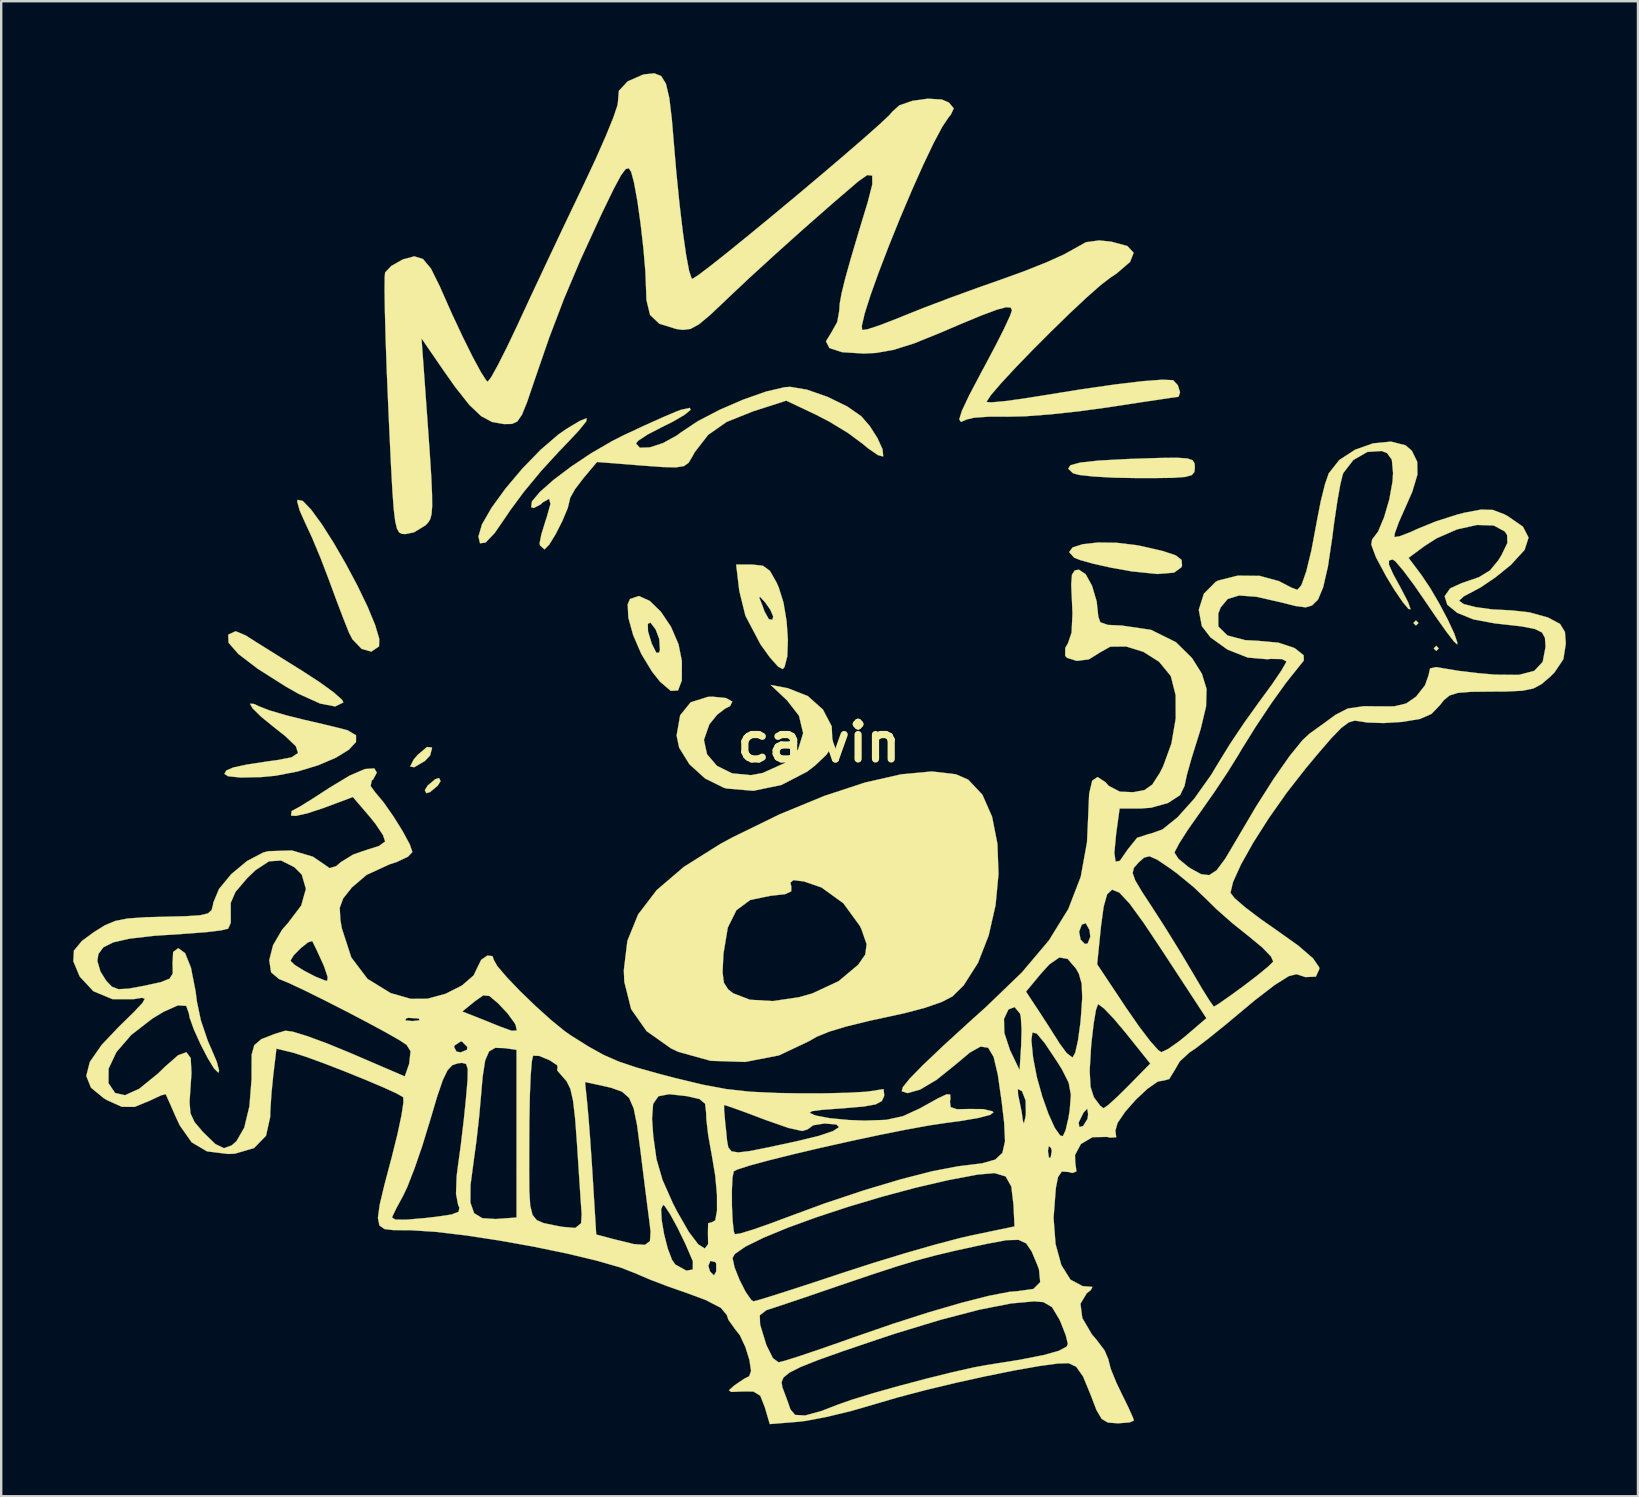
<source format=kicad_pcb>
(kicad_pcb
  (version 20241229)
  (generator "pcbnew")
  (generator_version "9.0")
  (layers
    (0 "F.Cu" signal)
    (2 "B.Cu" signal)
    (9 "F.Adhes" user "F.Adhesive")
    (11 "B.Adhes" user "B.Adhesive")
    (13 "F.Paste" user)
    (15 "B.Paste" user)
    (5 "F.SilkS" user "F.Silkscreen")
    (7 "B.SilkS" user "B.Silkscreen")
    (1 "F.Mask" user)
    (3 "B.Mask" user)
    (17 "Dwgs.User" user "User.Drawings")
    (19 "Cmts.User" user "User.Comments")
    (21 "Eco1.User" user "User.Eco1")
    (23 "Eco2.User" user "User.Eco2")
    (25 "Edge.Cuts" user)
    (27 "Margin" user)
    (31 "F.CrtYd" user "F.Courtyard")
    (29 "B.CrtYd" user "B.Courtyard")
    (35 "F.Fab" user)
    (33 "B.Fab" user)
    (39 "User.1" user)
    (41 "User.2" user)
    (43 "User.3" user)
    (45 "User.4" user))
  (footprint "calvin"
    (layer "F.Cu")
    (at 31.062 27.876)
    (property "Reference" "calvin" (at 0 0 0) (layer "F.SilkS") (effects (font (size 1.524 1.524) (thickness 0.3))))
    (attr through_hole)
    (fp_poly (pts (xy 24.977 -4.974) (xy 24.871 -4.868) (xy 24.765 -4.974) (xy 24.871 -5.08) (xy 24.977 -4.974)) (stroke (width 0.01) (type solid)) (fill yes) (layer "F.SilkS"))
    (fp_poly (pts (xy 25.823 -3.916) (xy 25.718 -3.81) (xy 25.612 -3.916) (xy 25.718 -4.022) (xy 25.823 -3.916)) (stroke (width 0.01) (type solid)) (fill yes) (layer "F.SilkS"))
    (fp_poly (pts (xy -15.759 1.609) (xy -15.875 1.799) (xy -16.194 2.066) (xy -16.35 2.117) (xy -16.415 1.989) (xy -16.298 1.799) (xy -15.98 1.532) (xy -15.823 1.482) (xy -15.759 1.609)) (stroke (width 0.01) (type solid)) (fill yes) (layer "F.SilkS"))
    (fp_poly (pts (xy -16.124 0.211) (xy -16.115 0.234) (xy -16.196 0.547) (xy -16.415 0.775) (xy -16.859 1.035) (xy -17.026 1.003) (xy -16.88 0.714) (xy -16.71 0.517) (xy -16.326 0.191) (xy -16.124 0.211)) (stroke (width 0.01) (type solid)) (fill yes) (layer "F.SilkS"))
    (fp_poly (pts (xy 12.393 -8.317) (xy 13.229 -8.217) (xy 13.46 -8.172) (xy 14.341 -7.968) (xy 14.868 -7.79) (xy 15.108 -7.603) (xy 15.128 -7.373) (xy 15.102 -7.296) (xy 14.794 -7.071) (xy 14.103 -7.015) (xy 13.028 -7.125) (xy 12.171 -7.278) (xy 11.449 -7.438) (xy 10.88 -7.597) (xy 10.633 -7.695) (xy 10.425 -7.929) (xy 10.568 -8.121) (xy 10.992 -8.257) (xy 11.623 -8.327) (xy 12.393 -8.317)) (stroke (width 0.01) (type solid)) (fill yes) (layer "F.SilkS"))
    (fp_poly (pts (xy -23.881 -4.458) (xy -23.851 -4.439) (xy -23.468 -4.195) (xy -22.828 -3.795) (xy -22.038 -3.301) (xy -21.533 -2.987) (xy -20.779 -2.496) (xy -20.199 -2.074) (xy -19.862 -1.773) (xy -19.809 -1.664) (xy -20.151 -1.498) (xy -20.779 -1.619) (xy -21.672 -2.023) (xy -22.195 -2.319) (xy -23.381 -3.071) (xy -24.181 -3.682) (xy -24.59 -4.15) (xy -24.607 -4.472) (xy -24.582 -4.501) (xy -24.293 -4.631) (xy -23.881 -4.458)) (stroke (width 0.01) (type solid)) (fill yes) (layer "F.SilkS"))
    (fp_poly (pts (xy -9.689 -13.375) (xy -10.004 -12.986) (xy -10.625 -12.326) (xy -10.828 -12.118) (xy -11.566 -11.313) (xy -12.289 -10.439) (xy -12.869 -9.655) (xy -12.989 -9.472) (xy -13.507 -8.72) (xy -13.886 -8.324) (xy -14.116 -8.294) (xy -14.182 -8.577) (xy -14.033 -9.083) (xy -13.631 -9.781) (xy -13.044 -10.587) (xy -12.342 -11.418) (xy -11.592 -12.189) (xy -10.863 -12.817) (xy -10.535 -13.047) (xy -9.959 -13.392) (xy -9.676 -13.506) (xy -9.689 -13.375)) (stroke (width 0.01) (type solid)) (fill yes) (layer "F.SilkS"))
    (fp_poly (pts (xy 15.348 -11.829) (xy 15.571 -11.753) (xy 15.652 -11.62) (xy 15.663 -11.456) (xy 15.642 -11.262) (xy 15.53 -11.133) (xy 15.255 -11.058) (xy 14.743 -11.021) (xy 13.923 -11.01) (xy 13.282 -11.01) (xy 12.296 -11.028) (xy 11.449 -11.075) (xy 10.841 -11.142) (xy 10.589 -11.21) (xy 10.387 -11.4) (xy 10.477 -11.546) (xy 10.89 -11.657) (xy 11.656 -11.741) (xy 12.808 -11.803) (xy 13.13 -11.815) (xy 14.198 -11.85) (xy 14.914 -11.858) (xy 15.348 -11.829)) (stroke (width 0.01) (type solid)) (fill yes) (layer "F.SilkS"))
    (fp_poly (pts (xy -21.5 -10.059) (xy -21.152 -9.698) (xy -20.71 -9.093) (xy -20.215 -8.315) (xy -19.705 -7.434) (xy -19.22 -6.523) (xy -18.8 -5.652) (xy -18.485 -4.893) (xy -18.314 -4.317) (xy -18.323 -3.999) (xy -18.646 -3.782) (xy -19.05 -3.897) (xy -19.432 -4.297) (xy -19.572 -4.567) (xy -19.808 -5.159) (xy -20.116 -5.97) (xy -20.417 -6.788) (xy -20.753 -7.667) (xy -21.11 -8.522) (xy -21.388 -9.121) (xy -21.628 -9.659) (xy -21.73 -10.028) (xy -21.716 -10.105) (xy -21.5 -10.059)) (stroke (width 0.01) (type solid)) (fill yes) (layer "F.SilkS"))
    (fp_poly (pts (xy -7.048 -5.896) (xy -6.582 -5.444) (xy -6.161 -4.817) (xy -5.847 -4.089) (xy -5.707 -3.387) (xy -5.711 -2.578) (xy -5.868 -2.164) (xy -6.171 -2.147) (xy -6.617 -2.528) (xy -6.953 -2.953) (xy -7.399 -3.688) (xy -7.738 -4.473) (xy -7.867 -4.941) (xy -7.126 -4.941) (xy -7.118 -4.627) (xy -6.966 -4.125) (xy -6.959 -4.107) (xy -6.771 -3.734) (xy -6.656 -3.743) (xy -6.621 -3.852) (xy -6.65 -4.307) (xy -6.795 -4.698) (xy -7.012 -4.989) (xy -7.126 -4.941) (xy -7.867 -4.941) (xy -7.938 -5.199) (xy -7.964 -5.753) (xy -7.868 -5.975) (xy -7.498 -6.098) (xy -7.048 -5.896)) (stroke (width 0.01) (type solid)) (fill yes) (layer "F.SilkS"))
    (fp_poly (pts (xy -2.334 -7.36) (xy -2.04 -7.147) (xy -1.766 -6.665) (xy -1.676 -6.465) (xy -1.475 -5.827) (xy -1.345 -5.051) (xy -1.29 -4.261) (xy -1.317 -3.582) (xy -1.432 -3.138) (xy -1.507 -3.053) (xy -1.702 -3.16) (xy -2.043 -3.543) (xy -2.432 -4.083) (xy -3.06 -5.275) (xy -3.247 -6.032) (xy -2.483 -6.032) (xy -2.338 -5.659) (xy -2.262 -5.45) (xy -2.086 -5.136) (xy -1.938 -5.105) (xy -1.905 -5.251) (xy -2.026 -5.531) (xy -2.238 -5.833) (xy -2.453 -6.066) (xy -2.483 -6.032) (xy -3.247 -6.032) (xy -3.316 -6.313) (xy -3.446 -7.408) (xy -2.769 -7.408) (xy -2.334 -7.36)) (stroke (width 0.01) (type solid)) (fill yes) (layer "F.SilkS"))
    (fp_poly (pts (xy -23.53 -1.602) (xy -23.322 -1.503) (xy -22.899 -1.338) (xy -22.212 -1.134) (xy -21.446 -0.943) (xy -20.664 -0.762) (xy -20.01 -0.604) (xy -19.632 -0.505) (xy -19.28 -0.296) (xy -19.282 -0.015) (xy -19.582 0.306) (xy -20.123 0.638) (xy -20.85 0.949) (xy -21.705 1.209) (xy -22.633 1.388) (xy -23.23 1.445) (xy -24.091 1.463) (xy -24.616 1.409) (xy -24.765 1.31) (xy -24.683 1.168) (xy -24.393 1.044) (xy -23.831 0.923) (xy -22.931 0.786) (xy -22.583 0.74) (xy -21.964 0.621) (xy -21.697 0.443) (xy -21.786 0.162) (xy -22.233 -0.266) (xy -22.665 -0.606) (xy -23.234 -1.069) (xy -23.589 -1.419) (xy -23.698 -1.611) (xy -23.53 -1.602)) (stroke (width 0.01) (type solid)) (fill yes) (layer "F.SilkS"))
    (fp_poly (pts (xy -1.28 -2.253) (xy -0.46 -1.929) (xy 0.169 -1.368) (xy 0.535 -0.669) (xy 0.567 0.073) (xy 0.534 0.196) (xy 0.301 0.528) (xy -0.162 0.965) (xy -0.487 1.217) (xy -1.559 1.772) (xy -2.729 2.016) (xy -3.851 1.92) (xy -3.955 1.891) (xy -4.739 1.504) (xy -5.395 0.909) (xy -5.821 0.219) (xy -5.927 -0.287) (xy -5.779 -1.131) (xy -5.341 -1.671) (xy -4.62 -1.898) (xy -4.433 -1.905) (xy -3.866 -1.847) (xy -3.606 -1.702) (xy -3.698 -1.512) (xy -3.904 -1.41) (xy -4.234 -1.157) (xy -4.564 -0.751) (xy -4.789 -0.105) (xy -4.66 0.492) (xy -4.245 0.978) (xy -3.614 1.289) (xy -2.834 1.364) (xy -2.345 1.275) (xy -1.434 0.865) (xy -0.864 0.293) (xy -0.656 -0.385) (xy -0.829 -1.109) (xy -1.323 -1.748) (xy -2.011 -2.396) (xy -1.28 -2.253)) (stroke (width 0.01) (type solid)) (fill yes) (layer "F.SilkS"))
    (fp_poly (pts (xy 5.708 1.328) (xy 6.22 1.552) (xy 6.811 2.177) (xy 7.215 3.095) (xy 7.437 4.223) (xy 7.483 5.479) (xy 7.36 6.78) (xy 7.073 8.042) (xy 6.628 9.183) (xy 6.032 10.119) (xy 5.563 10.582) (xy 5.123 10.81) (xy 4.408 11.059) (xy 3.563 11.281) (xy 3.437 11.308) (xy 2.114 11.595) (xy 1.134 11.835) (xy 0.425 12.05) (xy -0.088 12.26) (xy -0.423 12.452) (xy -1.665 13.038) (xy -3.069 13.311) (xy -4.509 13.264) (xy -5.855 12.891) (xy -6.167 12.743) (xy -7.178 12.027) (xy -7.819 11.114) (xy -8.105 9.975) (xy -8.122 9.578) (xy -4.012 9.578) (xy -3.958 10.009) (xy -3.783 10.283) (xy -3.575 10.449) (xy -2.874 10.719) (xy -1.922 10.775) (xy -0.834 10.616) (xy -0.272 10.456) (xy 0.821 9.946) (xy 1.635 9.264) (xy 1.93 8.84) (xy 1.989 8.407) (xy 1.769 7.771) (xy 1.704 7.641) (xy 1.02 6.702) (xy 0.11 6.044) (xy -0.621 5.792) (xy -1.063 5.737) (xy -1.188 5.844) (xy -1.15 5.993) (xy -1.151 6.203) (xy -1.411 6.323) (xy -2.013 6.39) (xy -2.025 6.391) (xy -2.859 6.564) (xy -3.436 6.99) (xy -3.795 7.715) (xy -3.973 8.79) (xy -3.978 8.859) (xy -4.012 9.578) (xy -8.122 9.578) (xy -8.125 9.484) (xy -7.977 8.266) (xy -7.53 7.166) (xy -6.755 6.151) (xy -5.624 5.184) (xy -4.108 4.231) (xy -3.598 3.955) (xy -1.631 2.994) (xy 0.222 2.23) (xy 1.923 1.671) (xy 3.431 1.328) (xy 4.706 1.21) (xy 5.708 1.328)) (stroke (width 0.01) (type solid)) (fill yes) (layer "F.SilkS"))
    (fp_poly (pts (xy -0.493 -14.693) (xy 0.362 -14.394) (xy 1.186 -13.991) (xy 1.764 -13.588) (xy 2.12 -13.179) (xy 2.441 -12.674) (xy 2.652 -12.21) (xy 2.679 -11.925) (xy 2.669 -11.911) (xy 2.458 -11.969) (xy 2.056 -12.245) (xy 1.828 -12.434) (xy 1.226 -12.881) (xy 0.437 -13.361) (xy -0.128 -13.654) (xy -1.359 -14.236) (xy -2.76 -13.785) (xy -3.843 -13.35) (xy -4.61 -12.814) (xy -5.167 -12.098) (xy -5.284 -11.885) (xy -5.427 -11.649) (xy -5.619 -11.511) (xy -5.952 -11.457) (xy -6.523 -11.471) (xy -7.392 -11.535) (xy -9.243 -11.681) (xy -9.807 -11.01) (xy -10.162 -10.543) (xy -10.358 -10.194) (xy -10.372 -10.132) (xy -10.46 -9.767) (xy -10.68 -9.239) (xy -10.961 -8.684) (xy -11.233 -8.24) (xy -11.427 -8.044) (xy -11.435 -8.043) (xy -11.621 -8.21) (xy -11.632 -8.308) (xy -11.559 -8.668) (xy -11.389 -9.225) (xy -11.34 -9.366) (xy -11.181 -9.936) (xy -11.236 -10.149) (xy -11.502 -9.999) (xy -11.596 -9.91) (xy -11.88 -9.763) (xy -11.986 -9.799) (xy -11.955 -10.036) (xy -11.623 -10.432) (xy -11.056 -10.933) (xy -10.323 -11.487) (xy -9.489 -12.043) (xy -8.621 -12.548) (xy -8.149 -12.788) (xy -7.278 -13.195) (xy -6.501 -13.544) (xy -5.931 -13.786) (xy -5.741 -13.856) (xy -5.377 -13.935) (xy -5.343 -13.852) (xy -5.597 -13.645) (xy -6.096 -13.354) (xy -6.548 -13.13) (xy -7.134 -12.826) (xy -7.524 -12.57) (xy -7.62 -12.452) (xy -7.458 -12.275) (xy -7.046 -12.289) (xy -6.497 -12.467) (xy -5.924 -12.782) (xy -5.734 -12.922) (xy -5.038 -13.384) (xy -4.132 -13.856) (xy -3.142 -14.284) (xy -2.2 -14.615) (xy -1.432 -14.795) (xy -1.195 -14.812) (xy -0.493 -14.693)) (stroke (width 0.01) (type solid)) (fill yes) (layer "F.SilkS"))
    (fp_poly (pts (xy -6.571 -27.76) (xy -6.372 -27.44) (xy -6.232 -26.851) (xy -6.123 -25.935) (xy -6.061 -25.188) (xy -5.939 -23.75) (xy -5.805 -22.418) (xy -5.666 -21.251) (xy -5.531 -20.308) (xy -5.407 -19.647) (xy -5.302 -19.328) (xy -5.269 -19.308) (xy -5.009 -19.476) (xy -4.488 -19.872) (xy -3.762 -20.448) (xy -2.884 -21.161) (xy -1.908 -21.964) (xy -0.89 -22.811) (xy 0.116 -23.658) (xy 1.056 -24.459) (xy 1.875 -25.167) (xy 2.519 -25.738) (xy 2.933 -26.126) (xy 3.063 -26.277) (xy 3.351 -26.537) (xy 3.898 -26.726) (xy 4.541 -26.815) (xy 5.12 -26.78) (xy 5.416 -26.655) (xy 5.617 -26.41) (xy 5.494 -26.145) (xy 5.412 -26.051) (xy 5.141 -25.647) (xy 4.774 -24.957) (xy 4.341 -24.048) (xy 3.869 -22.99) (xy 3.386 -21.851) (xy 2.921 -20.7) (xy 2.5 -19.605) (xy 2.152 -18.636) (xy 1.906 -17.862) (xy 1.788 -17.349) (xy 1.802 -17.178) (xy 2.027 -17.21) (xy 2.541 -17.379) (xy 3.248 -17.652) (xy 3.494 -17.753) (xy 4.373 -18.105) (xy 5.493 -18.529) (xy 6.69 -18.964) (xy 7.528 -19.258) (xy 8.545 -19.625) (xy 9.471 -19.994) (xy 10.199 -20.321) (xy 10.603 -20.545) (xy 11.124 -20.836) (xy 11.672 -20.911) (xy 12.182 -20.859) (xy 12.853 -20.677) (xy 13.113 -20.396) (xy 12.962 -20.014) (xy 12.4 -19.531) (xy 12.143 -19.361) (xy 11.744 -19.055) (xy 11.159 -18.539) (xy 10.449 -17.874) (xy 9.675 -17.121) (xy 8.898 -16.342) (xy 8.18 -15.599) (xy 7.581 -14.952) (xy 7.163 -14.464) (xy 6.987 -14.195) (xy 6.985 -14.182) (xy 7.179 -14.164) (xy 7.705 -14.212) (xy 8.479 -14.316) (xy 9.248 -14.438) (xy 10.917 -14.707) (xy 12.341 -14.911) (xy 13.479 -15.047) (xy 14.29 -15.108) (xy 14.733 -15.091) (xy 14.764 -15.082) (xy 14.952 -14.881) (xy 15.045 -14.583) (xy 14.983 -14.398) (xy 14.953 -14.393) (xy 14.728 -14.363) (xy 14.164 -14.28) (xy 13.338 -14.156) (xy 12.331 -14.002) (xy 12.043 -13.958) (xy 10.845 -13.794) (xy 9.655 -13.666) (xy 8.608 -13.586) (xy 7.837 -13.567) (xy 7.812 -13.568) (xy 7.055 -13.568) (xy 6.454 -13.524) (xy 6.157 -13.452) (xy 5.918 -13.349) (xy 5.847 -13.456) (xy 5.956 -13.811) (xy 6.256 -14.448) (xy 6.76 -15.406) (xy 6.878 -15.623) (xy 7.34 -16.493) (xy 7.716 -17.236) (xy 7.963 -17.769) (xy 8.043 -18) (xy 7.991 -18.114) (xy 7.799 -18.129) (xy 7.414 -18.026) (xy 6.784 -17.791) (xy 5.856 -17.406) (xy 5.08 -17.073) (xy 3.978 -16.626) (xy 3.119 -16.354) (xy 2.378 -16.224) (xy 1.863 -16.199) (xy 0.966 -16.255) (xy 0.438 -16.428) (xy 0.294 -16.709) (xy 0.5 -17.041) (xy 0.764 -17.511) (xy 0.847 -17.971) (xy 0.868 -18.278) (xy 0.944 -18.699) (xy 1.089 -19.293) (xy 1.319 -20.119) (xy 1.65 -21.237) (xy 2.037 -22.513) (xy 2.225 -23.242) (xy 2.222 -23.609) (xy 2.017 -23.635) (xy 1.642 -23.372) (xy 0.571 -22.453) (xy -0.613 -21.414) (xy -1.802 -20.348) (xy -2.891 -19.353) (xy -3.772 -18.524) (xy -3.845 -18.453) (xy -4.526 -17.808) (xy -4.998 -17.415) (xy -5.348 -17.224) (xy -5.664 -17.183) (xy -5.942 -17.222) (xy -6.647 -17.441) (xy -7.034 -17.809) (xy -7.184 -18.433) (xy -7.197 -18.817) (xy -7.227 -19.601) (xy -7.309 -20.569) (xy -7.426 -21.596) (xy -7.562 -22.558) (xy -7.703 -23.331) (xy -7.818 -23.759) (xy -7.916 -23.917) (xy -8.047 -23.886) (xy -8.244 -23.62) (xy -8.54 -23.072) (xy -8.966 -22.196) (xy -9.103 -21.907) (xy -9.929 -20.107) (xy -10.615 -18.486) (xy -11.235 -16.858) (xy -11.863 -15.038) (xy -11.866 -15.028) (xy -12.156 -14.174) (xy -12.37 -13.647) (xy -12.561 -13.37) (xy -12.785 -13.266) (xy -13.096 -13.261) (xy -13.125 -13.262) (xy -13.616 -13.348) (xy -14.071 -13.593) (xy -14.558 -14.055) (xy -15.14 -14.791) (xy -15.607 -15.452) (xy -16.553 -16.828) (xy -16.422 -15.028) (xy -16.301 -13.346) (xy -16.209 -12.036) (xy -16.146 -11.048) (xy -16.114 -10.33) (xy -16.11 -9.834) (xy -16.135 -9.508) (xy -16.189 -9.302) (xy -16.271 -9.166) (xy -16.381 -9.049) (xy -16.39 -9.04) (xy -16.871 -8.75) (xy -17.225 -8.678) (xy -17.371 -8.687) (xy -17.486 -8.747) (xy -17.577 -8.907) (xy -17.649 -9.214) (xy -17.71 -9.718) (xy -17.766 -10.468) (xy -17.823 -11.513) (xy -17.889 -12.9) (xy -17.938 -13.987) (xy -18 -15.454) (xy -18.047 -16.788) (xy -18.078 -17.928) (xy -18.092 -18.815) (xy -18.087 -19.387) (xy -18.069 -19.576) (xy -17.812 -19.847) (xy -17.338 -20.116) (xy -17.313 -20.126) (xy -16.854 -20.248) (xy -16.492 -20.137) (xy -16.16 -19.737) (xy -15.791 -18.995) (xy -15.723 -18.838) (xy -15.273 -17.824) (xy -14.823 -16.866) (xy -14.412 -16.039) (xy -14.075 -15.417) (xy -13.852 -15.073) (xy -13.795 -15.028) (xy -13.653 -15.21) (xy -13.377 -15.705) (xy -13.004 -16.444) (xy -12.571 -17.352) (xy -12.496 -17.515) (xy -11.981 -18.626) (xy -11.349 -19.971) (xy -10.671 -21.406) (xy -10.014 -22.783) (xy -9.805 -23.218) (xy -9.299 -24.3) (xy -8.875 -25.261) (xy -8.562 -26.032) (xy -8.389 -26.544) (xy -8.367 -26.716) (xy -8.332 -27.144) (xy -7.963 -27.537) (xy -7.35 -27.808) (xy -7.251 -27.831) (xy -6.855 -27.871) (xy -6.571 -27.76)) (stroke (width 0.01) (type solid)) (fill yes) (layer "F.SilkS"))
    (fp_poly (pts (xy 24.439 -12.376) (xy 24.699 -12.152) (xy 24.924 -11.693) (xy 24.933 -11.153) (xy 24.715 -10.432) (xy 24.432 -9.79) (xy 24.157 -9.169) (xy 23.993 -8.718) (xy 23.972 -8.554) (xy 24.194 -8.587) (xy 24.661 -8.768) (xy 24.935 -8.894) (xy 25.7 -9.206) (xy 26.581 -9.488) (xy 26.892 -9.568) (xy 27.587 -9.699) (xy 28.072 -9.684) (xy 28.538 -9.508) (xy 28.692 -9.428) (xy 29.329 -8.986) (xy 29.563 -8.532) (xy 29.398 -8.02) (xy 28.835 -7.404) (xy 28.801 -7.374) (xy 28.178 -6.871) (xy 27.568 -6.458) (xy 27.291 -6.31) (xy 26.863 -6.083) (xy 26.671 -5.908) (xy 26.67 -5.901) (xy 26.862 -5.763) (xy 27.358 -5.636) (xy 28.039 -5.542) (xy 28.787 -5.503) (xy 28.82 -5.503) (xy 29.594 -5.418) (xy 30.343 -5.212) (xy 30.381 -5.197) (xy 30.874 -4.936) (xy 31.078 -4.602) (xy 31.115 -4.117) (xy 31.013 -3.467) (xy 30.644 -2.915) (xy 30.458 -2.731) (xy 30.102 -2.427) (xy 29.758 -2.244) (xy 29.304 -2.152) (xy 28.62 -2.12) (xy 28.041 -2.117) (xy 27.169 -2.108) (xy 26.614 -2.063) (xy 26.269 -1.954) (xy 26.028 -1.753) (xy 25.868 -1.549) (xy 25.519 -1.187) (xy 25.04 -0.977) (xy 24.29 -0.853) (xy 23.524 -0.806) (xy 22.847 -0.828) (xy 22.572 -0.872) (xy 22.322 -0.907) (xy 22.072 -0.835) (xy 21.765 -0.606) (xy 21.345 -0.174) (xy 20.754 0.512) (xy 20.277 1.085) (xy 19.492 2.091) (xy 18.751 3.143) (xy 18.1 4.164) (xy 17.585 5.081) (xy 17.252 5.815) (xy 17.145 6.264) (xy 17.311 6.483) (xy 17.759 6.871) (xy 18.415 7.367) (xy 18.997 7.773) (xy 19.973 8.468) (xy 20.582 8.994) (xy 20.838 9.362) (xy 20.849 9.432) (xy 20.705 9.756) (xy 20.269 9.777) (xy 19.897 9.656) (xy 19.578 9.735) (xy 18.991 10.102) (xy 18.161 10.741) (xy 17.714 11.114) (xy 16.931 11.768) (xy 16.23 12.333) (xy 15.695 12.744) (xy 15.428 12.924) (xy 15.029 13.293) (xy 14.807 13.678) (xy 14.594 14.023) (xy 14.397 14.078) (xy 14.118 14.128) (xy 13.689 14.428) (xy 13.205 14.88) (xy 12.758 15.387) (xy 12.441 15.853) (xy 12.35 16.179) (xy 12.355 16.197) (xy 12.386 16.448) (xy 12.13 16.463) (xy 12 16.433) (xy 11.399 16.445) (xy 10.916 16.729) (xy 10.669 17.189) (xy 10.68 17.503) (xy 10.73 17.871) (xy 10.559 17.937) (xy 10.4 17.895) (xy 10.12 17.874) (xy 9.962 18.106) (xy 9.871 18.566) (xy 9.776 19.804) (xy 9.859 20.895) (xy 10.1 21.774) (xy 10.481 22.38) (xy 10.984 22.648) (xy 11.08 22.655) (xy 11.395 22.683) (xy 11.328 22.814) (xy 11.156 22.95) (xy 10.896 23.384) (xy 10.973 23.978) (xy 11.372 24.659) (xy 11.557 24.873) (xy 11.901 25.328) (xy 12.063 25.707) (xy 12.065 25.735) (xy 12.156 26.091) (xy 12.39 26.667) (xy 12.594 27.093) (xy 12.886 27.688) (xy 13.078 28.115) (xy 13.123 28.25) (xy 12.938 28.327) (xy 12.486 28.363) (xy 12.434 28.363) (xy 12.042 28.334) (xy 11.781 28.182) (xy 11.564 27.814) (xy 11.308 27.146) (xy 11.003 26.41) (xy 10.719 26.008) (xy 10.405 25.861) (xy 9.951 25.874) (xy 9.171 25.98) (xy 8.148 26.161) (xy 6.967 26.399) (xy 5.71 26.676) (xy 4.46 26.976) (xy 3.3 27.281) (xy 2.377 27.552) (xy 1.349 27.85) (xy 0.32 28.099) (xy -0.549 28.263) (xy -0.864 28.301) (xy -2.046 28.397) (xy -2.253 27.692) (xy -2.441 27.216) (xy -2.726 27.04) (xy -3.188 27.038) (xy -3.652 27.057) (xy -3.748 26.99) (xy -3.533 26.795) (xy -3.515 26.781) (xy -3.328 26.654) (xy -1.556 26.654) (xy -1.517 26.873) (xy -1.493 26.937) (xy -1.29 27.481) (xy -1.186 27.786) (xy -0.989 28.015) (xy -0.573 28.038) (xy 0.117 27.848) (xy 0.781 27.59) (xy 1.377 27.38) (xy 2.269 27.108) (xy 3.34 26.806) (xy 4.473 26.506) (xy 5.553 26.238) (xy 6.46 26.034) (xy 6.985 25.937) (xy 8.364 25.718) (xy 9.355 25.523) (xy 9.994 25.345) (xy 10.316 25.173) (xy 10.372 25.062) (xy 10.285 24.697) (xy 10.072 24.155) (xy 10.015 24.031) (xy 9.713 23.527) (xy 9.359 23.317) (xy 8.97 23.283) (xy 7.998 23.372) (xy 6.685 23.631) (xy 5.072 24.051) (xy 3.201 24.62) (xy 2.372 24.894) (xy 0.986 25.365) (xy -0.045 25.732) (xy -0.767 26.02) (xy -1.228 26.253) (xy -1.475 26.456) (xy -1.556 26.654) (xy -3.328 26.654) (xy -3.115 26.51) (xy -2.903 26.403) (xy -2.825 26.183) (xy -2.893 25.729) (xy -3.062 25.186) (xy -3.289 24.699) (xy -3.491 24.442) (xy -3.769 24.052) (xy -3.832 23.865) (xy -2.463 23.865) (xy -2.448 24.255) (xy -2.186 25.109) (xy -1.915 25.65) (xy -1.681 25.823) (xy -1.408 25.755) (xy -0.814 25.567) (xy 0.024 25.285) (xy 1.027 24.935) (xy 1.467 24.778) (xy 3.057 24.228) (xy 4.564 23.745) (xy 5.922 23.349) (xy 7.063 23.057) (xy 7.919 22.89) (xy 8.29 22.857) (xy 8.937 22.767) (xy 9.22 22.482) (xy 9.169 21.96) (xy 9.1 21.768) (xy 8.864 21.207) (xy 8.635 20.869) (xy 8.318 20.722) (xy 7.816 20.735) (xy 7.035 20.88) (xy 6.607 20.971) (xy 5.64 21.182) (xy 4.82 21.378) (xy 4.042 21.587) (xy 3.201 21.842) (xy 2.191 22.172) (xy 0.907 22.607) (xy 0.635 22.701) (xy -0.345 23.036) (xy -1.205 23.327) (xy -1.851 23.542) (xy -2.185 23.65) (xy -2.463 23.865) (xy -3.832 23.865) (xy -3.838 23.848) (xy -4.083 23.555) (xy -4.716 23.227) (xy -5.475 22.946) (xy -6.31 22.653) (xy -7.054 22.369) (xy -7.56 22.152) (xy -7.592 22.136) (xy -8.265 21.873) (xy -9.267 21.585) (xy -10.504 21.29) (xy -11.884 21.005) (xy -13.315 20.749) (xy -14.703 20.537) (xy -15.957 20.389) (xy -16.982 20.322) (xy -17.159 20.32) (xy -17.713 20.318) (xy -18.091 20.273) (xy -18.306 20.123) (xy -18.37 19.806) (xy -18.369 19.797) (xy -17.78 19.797) (xy -17.64 19.877) (xy -17.191 19.882) (xy -16.388 19.812) (xy -15.936 19.76) (xy -15.301 19.666) (xy -15.008 19.553) (xy -14.976 19.378) (xy -15.029 19.261) (xy -15.046 19.169) (xy -14.518 19.169) (xy -14.362 19.61) (xy -14.021 19.819) (xy -13.469 19.854) (xy -13.335 19.846) (xy -12.594 19.791) (xy -12.594 17.783) (xy -12.069 17.783) (xy -12.063 18.689) (xy -12.024 19.301) (xy -11.927 19.685) (xy -11.749 19.904) (xy -11.463 20.025) (xy -11.047 20.111) (xy -10.689 20.18) (xy -10.147 20.225) (xy -9.906 20.03) (xy -9.881 19.664) (xy -9.91 19.252) (xy -9.959 18.526) (xy -10.019 17.597) (xy -10.074 16.752) (xy -10.154 15.666) (xy -10.241 14.921) (xy -10.353 14.432) (xy -10.493 14.147) (xy -9.742 14.147) (xy -9.647 15.064) (xy -9.594 15.669) (xy -9.526 16.557) (xy -9.455 17.588) (xy -9.414 18.24) (xy -9.275 20.499) (xy -8.5 20.705) (xy -7.707 20.898) (xy -7.244 20.931) (xy -7.037 20.771) (xy -7.011 20.385) (xy -7.048 20.055) (xy -7.126 19.453) (xy -7.128 19.441) (xy -6.572 19.441) (xy -6.55 19.891) (xy -6.45 20.48) (xy -6.298 21.077) (xy -6.12 21.55) (xy -5.982 21.749) (xy -5.518 22.005) (xy -5.253 21.958) (xy -5.251 21.808) (xy -4.605 21.808) (xy -4.533 22.042) (xy -4.371 22.202) (xy -4.278 22.043) (xy -4.277 21.712) (xy -4.317 21.647) (xy -4.521 21.598) (xy -4.605 21.808) (xy -5.251 21.808) (xy -5.248 21.627) (xy -5.281 21.537) (xy -5.306 21.48) (xy -3.598 21.48) (xy -3.513 21.869) (xy -3.306 22.389) (xy -3.05 22.891) (xy -2.817 23.225) (xy -2.724 23.283) (xy -2.48 23.219) (xy -1.903 23.042) (xy -1.06 22.772) (xy -0.021 22.433) (xy 0.962 22.106) (xy 2.277 21.681) (xy 3.61 21.274) (xy 4.844 20.92) (xy 5.864 20.651) (xy 6.318 20.546) (xy 8.149 20.163) (xy 8.107 19.271) (xy 8.016 18.501) (xy 7.779 18.08) (xy 7.317 17.941) (xy 6.615 18.003) (xy 5.378 18.236) (xy 4.029 18.55) (xy 2.628 18.925) (xy 1.235 19.341) (xy -0.09 19.777) (xy -1.287 20.212) (xy -2.294 20.627) (xy -3.052 20.999) (xy -3.501 21.31) (xy -3.598 21.48) (xy -5.306 21.48) (xy -5.571 20.869) (xy -5.896 20.202) (xy -6.2 19.647) (xy -6.423 19.312) (xy -6.488 19.262) (xy -6.572 19.441) (xy -7.128 19.441) (xy -7.238 18.573) (xy -7.365 17.558) (xy -7.438 16.97) (xy -7.575 15.936) (xy -7.627 15.678) (xy -6.95 15.678) (xy -6.9 16.394) (xy -6.766 17.356) (xy -6.516 18.221) (xy -6.093 19.176) (xy -5.903 19.547) (xy -5.418 20.391) (xy -5.027 20.907) (xy -4.752 21.082) (xy -4.614 20.9) (xy -4.622 20.437) (xy -4.614 20.029) (xy -4.463 19.991) (xy -4.317 19.911) (xy -4.244 19.5) (xy -4.245 18.848) (xy -4.319 18.04) (xy -4.466 17.164) (xy -4.475 17.121) (xy -4.61 16.366) (xy -4.688 15.694) (xy -4.697 15.424) (xy -4.733 15.106) (xy -3.95 15.106) (xy -3.947 15.312) (xy -3.905 15.807) (xy -3.867 16.159) (xy -3.826 16.584) (xy -3.773 16.872) (xy -3.639 17.034) (xy -3.359 17.081) (xy -2.867 17.021) (xy -2.094 16.866) (xy -0.976 16.626) (xy -0.9 16.609) (xy -0.002 16.391) (xy 0.586 16.192) (xy 0.839 16.028) (xy 0.731 15.916) (xy 0.235 15.875) (xy 0.229 15.875) (xy -0.239 15.95) (xy -0.47 16.12) (xy -0.694 16.188) (xy -1.265 16.061) (xy -2.196 15.736) (xy -2.234 15.722) (xy -2.998 15.433) (xy -3.589 15.219) (xy -3.915 15.111) (xy -3.95 15.106) (xy -4.733 15.106) (xy -4.739 15.051) (xy -4.977 14.854) (xy -5.497 14.736) (xy -6.235 14.654) (xy -6.685 14.74) (xy -6.905 15.059) (xy -6.95 15.678) (xy -7.627 15.678) (xy -7.716 15.241) (xy -7.908 14.806) (xy -8.201 14.549) (xy -8.644 14.389) (xy -9.052 14.295) (xy -9.742 14.147) (xy -10.493 14.147) (xy -10.508 14.116) (xy -10.657 13.947) (xy -10.903 13.661) (xy -10.888 13.539) (xy -10.9 13.45) (xy -11.207 13.245) (xy -11.216 13.24) (xy -11.649 13.06) (xy -11.904 13.049) (xy -11.958 13.284) (xy -12.005 13.868) (xy -12.041 14.728) (xy -12.061 15.79) (xy -12.065 16.518) (xy -12.069 17.783) (xy -12.594 17.783) (xy -12.594 12.806) (xy -13.095 12.735) (xy -13.483 12.724) (xy -13.74 12.872) (xy -13.902 13.25) (xy -14.007 13.93) (xy -14.065 14.605) (xy -14.153 15.594) (xy -14.266 16.608) (xy -14.369 17.357) (xy -14.512 18.438) (xy -14.518 19.169) (xy -15.046 19.169) (xy -15.116 18.806) (xy -15.089 18.062) (xy -15.036 17.649) (xy -14.915 16.761) (xy -14.79 15.703) (xy -14.703 14.852) (xy -14.634 14.058) (xy -14.627 13.6) (xy -14.699 13.392) (xy -14.871 13.35) (xy -15.046 13.37) (xy -15.273 13.448) (xy -15.467 13.654) (xy -15.664 14.059) (xy -15.895 14.732) (xy -16.196 15.745) (xy -16.203 15.769) (xy -16.518 16.796) (xy -16.847 17.753) (xy -17.145 18.518) (xy -17.326 18.898) (xy -17.603 19.407) (xy -17.764 19.743) (xy -17.78 19.797) (xy -18.369 19.797) (xy -18.296 19.261) (xy -18.097 18.427) (xy -17.786 17.251) (xy -17.553 16.314) (xy -17.387 15.53) (xy -17.305 14.988) (xy -17.316 14.778) (xy -17.587 14.624) (xy -18.154 14.365) (xy -18.915 14.043) (xy -19.769 13.697) (xy -20.614 13.37) (xy -21.349 13.102) (xy -21.871 12.933) (xy -21.934 12.917) (xy -22.596 12.756) (xy -22.726 13.839) (xy -22.805 14.628) (xy -22.852 15.365) (xy -22.858 15.61) (xy -23.031 16.385) (xy -23.53 16.899) (xy -24.331 17.133) (xy -24.612 17.145) (xy -25.487 17.036) (xy -26.125 16.662) (xy -26.623 15.956) (xy -26.778 15.626) (xy -27.019 15.076) (xy -27.178 14.72) (xy -27.209 14.654) (xy -27.396 14.701) (xy -27.808 14.893) (xy -27.856 14.917) (xy -28.5 15.183) (xy -29.037 15.18) (xy -29.659 14.899) (xy -29.792 14.819) (xy -30.322 14.383) (xy -30.518 13.894) (xy -30.371 13.312) (xy -29.872 12.595) (xy -29.157 11.842) (xy -28.53 11.228) (xy -28.18 10.857) (xy -28.079 10.678) (xy -28.2 10.639) (xy -28.514 10.691) (xy -28.536 10.695) (xy -29.43 10.694) (xy -30.22 10.366) (xy -30.78 9.768) (xy -30.807 9.717) (xy -31.057 9.118) (xy -31.056 9.104) (xy -30.057 9.104) (xy -29.928 9.544) (xy -29.686 9.931) (xy -29.448 10.178) (xy -29.177 10.281) (xy -28.745 10.256) (xy -28.089 10.135) (xy -27.407 9.985) (xy -27.048 9.841) (xy -26.916 9.631) (xy -26.92 9.281) (xy -26.925 9.229) (xy -26.9 8.73) (xy -26.685 8.572) (xy -26.685 8.572) (xy -26.401 8.779) (xy -26.158 9.384) (xy -25.965 10.362) (xy -25.91 10.795) (xy -25.745 11.579) (xy -25.454 12.439) (xy -25.316 12.753) (xy -25.079 13.31) (xy -24.984 13.675) (xy -25.019 13.758) (xy -25.195 13.583) (xy -25.465 13.14) (xy -25.766 12.556) (xy -26.036 11.957) (xy -26.211 11.47) (xy -26.245 11.284) (xy -26.355 10.975) (xy -26.698 10.954) (xy -27.299 11.222) (xy -27.769 11.507) (xy -28.647 12.187) (xy -29.263 12.901) (xy -29.588 13.59) (xy -29.593 14.195) (xy -29.317 14.604) (xy -28.903 14.697) (xy -28.311 14.428) (xy -27.53 13.793) (xy -27.236 13.508) (xy -26.693 13.032) (xy -26.346 12.907) (xy -26.168 13.15) (xy -26.136 13.776) (xy -26.167 14.235) (xy -26.217 14.979) (xy -26.177 15.456) (xy -26.006 15.819) (xy -25.665 16.221) (xy -25.642 16.245) (xy -25.14 16.732) (xy -24.781 16.904) (xy -24.461 16.788) (xy -24.259 16.609) (xy -23.937 16.047) (xy -23.722 15.156) (xy -23.632 14.023) (xy -23.633 13.615) (xy -23.627 12.998) (xy -23.52 12.613) (xy -23.225 12.361) (xy -22.656 12.141) (xy -22.225 12.009) (xy -21.915 12.051) (xy -21.308 12.237) (xy -20.492 12.538) (xy -19.579 12.912) (xy -17.251 13.912) (xy -17.068 13.391) (xy -17.009 12.866) (xy -17.122 12.684) (xy -15.199 12.684) (xy -15.097 12.877) (xy -14.922 12.912) (xy -14.659 12.804) (xy -14.646 12.684) (xy -14.864 12.465) (xy -14.922 12.457) (xy -15.171 12.621) (xy -15.199 12.684) (xy -17.122 12.684) (xy -17.173 12.601) (xy -17.469 12.405) (xy -18.053 12.072) (xy -18.835 11.65) (xy -18.971 11.579) (xy -17.225 11.579) (xy -16.933 11.608) (xy -16.633 11.575) (xy -16.669 11.501) (xy -17.102 11.474) (xy -17.198 11.501) (xy -17.225 11.579) (xy -18.971 11.579) (xy -19.675 11.21) (xy -14.854 11.21) (xy -14.359 11.403) (xy -13.757 11.643) (xy -13.335 11.816) (xy -12.799 12.012) (xy -12.583 12) (xy -12.634 11.77) (xy -12.673 11.695) (xy -12.972 11.283) (xy -13.368 10.864) (xy -13.729 10.561) (xy -13.984 10.539) (xy -14.333 10.785) (xy -14.359 10.807) (xy -14.854 11.21) (xy -19.675 11.21) (xy -19.722 11.186) (xy -20.623 10.727) (xy -21.444 10.321) (xy -22.095 10.016) (xy -22.484 9.858) (xy -22.49 9.857) (xy -22.819 9.577) (xy -22.892 9.096) (xy -22.013 9.096) (xy -21.845 9.262) (xy -21.445 9.511) (xy -20.97 9.757) (xy -20.575 9.916) (xy -20.482 9.935) (xy -20.463 9.775) (xy -20.601 9.357) (xy -20.688 9.155) (xy -20.926 8.639) (xy -21.084 8.314) (xy -21.106 8.274) (xy -21.277 8.327) (xy -21.582 8.568) (xy -21.876 8.867) (xy -22.013 9.091) (xy -22.013 9.096) (xy -22.892 9.096) (xy -22.896 9.073) (xy -22.737 8.447) (xy -22.36 7.801) (xy -22.119 7.528) (xy -21.563 6.795) (xy -21.369 6.101) (xy -21.542 5.504) (xy -21.849 5.198) (xy -22.401 4.92) (xy -22.908 4.954) (xy -23.469 5.323) (xy -23.819 5.659) (xy -24.302 6.226) (xy -24.5 6.682) (xy -24.5 7.044) (xy -24.498 7.514) (xy -24.609 7.76) (xy -24.906 7.831) (xy -25.5 7.903) (xy -26.268 7.962) (xy -26.32 7.965) (xy -27.697 8.057) (xy -28.702 8.173) (xy -29.388 8.327) (xy -29.808 8.536) (xy -30.013 8.815) (xy -30.057 9.104) (xy -31.056 9.104) (xy -31.034 8.676) (xy -30.699 8.27) (xy -30.215 7.913) (xy -29.75 7.622) (xy -29.315 7.438) (xy -28.787 7.334) (xy -28.046 7.283) (xy -27.305 7.263) (xy -26.373 7.24) (xy -25.782 7.202) (xy -25.45 7.124) (xy -25.296 6.985) (xy -25.238 6.76) (xy -25.227 6.677) (xy -24.988 6.104) (xy -24.48 5.489) (xy -23.827 4.945) (xy -23.152 4.589) (xy -22.939 4.532) (xy -21.951 4.501) (xy -21.077 4.761) (xy -20.69 5.023) (xy -20.382 5.238) (xy -20.113 5.157) (xy -19.905 4.982) (xy -19.395 4.668) (xy -18.81 4.468) (xy -18.326 4.315) (xy -18.074 4.134) (xy -18.069 4.122) (xy -18.161 3.856) (xy -18.464 3.402) (xy -18.71 3.095) (xy -19.412 2.275) (xy -20.635 2.732) (xy -21.295 2.951) (xy -21.788 3.061) (xy -21.988 3.048) (xy -21.965 2.861) (xy -21.898 2.825) (xy -21.622 2.675) (xy -21.104 2.355) (xy -20.454 1.933) (xy -20.417 1.908) (xy -19.556 1.388) (xy -18.911 1.109) (xy -18.52 1.082) (xy -18.415 1.258) (xy -18.569 1.544) (xy -18.628 1.589) (xy -18.673 1.818) (xy -18.484 2.077) (xy -18.13 2.501) (xy -17.719 3.088) (xy -17.33 3.713) (xy -17.042 4.249) (xy -16.933 4.565) (xy -17.119 4.763) (xy -17.588 4.984) (xy -17.889 5.081) (xy -18.844 5.521) (xy -19.453 6.041) (xy -19.817 6.5) (xy -19.96 6.889) (xy -19.932 7.404) (xy -19.872 7.745) (xy -19.479 8.955) (xy -18.803 9.851) (xy -17.834 10.445) (xy -16.995 10.683) (xy -16.306 10.678) (xy -15.555 10.473) (xy -14.871 10.129) (xy -14.382 9.706) (xy -14.22 9.366) (xy -14.067 9.056) (xy -13.809 8.879) (xy -13.593 8.905) (xy -13.547 9.05) (xy -13.399 9.315) (xy -13.007 9.776) (xy -12.451 10.356) (xy -11.81 10.976) (xy -11.163 11.559) (xy -10.589 12.027) (xy -10.337 12.204) (xy -9.591 12.672) (xy -8.965 13.019) (xy -8.343 13.292) (xy -7.606 13.54) (xy -6.637 13.811) (xy -5.987 13.981) (xy -4.837 14.258) (xy -3.849 14.442) (xy -2.862 14.551) (xy -1.717 14.604) (xy -0.801 14.619) (xy 0.278 14.617) (xy 1.228 14.594) (xy 1.957 14.553) (xy 2.37 14.498) (xy 2.403 14.488) (xy 2.695 14.442) (xy 2.723 14.706) (xy 2.718 14.733) (xy 2.621 14.94) (xy 2.369 15.077) (xy 1.874 15.167) (xy 1.052 15.238) (xy 0.95 15.245) (xy 0.142 15.305) (xy -0.289 15.362) (xy -0.386 15.429) (xy -0.196 15.519) (xy -0.106 15.548) (xy 0.447 15.653) (xy 1.233 15.729) (xy 1.905 15.755) (xy 2.806 15.723) (xy 3.5 15.571) (xy 4.2 15.25) (xy 4.313 15.187) (xy 4.965 14.825) (xy 5.325 14.657) (xy 5.471 14.668) (xy 5.479 14.844) (xy 5.46 14.967) (xy 5.49 15.194) (xy 5.751 15.281) (xy 6.276 15.27) (xy 6.85 15.276) (xy 7.223 15.364) (xy 7.275 15.408) (xy 7.134 15.516) (xy 6.649 15.643) (xy 5.895 15.772) (xy 5.339 15.845) (xy 4.616 15.952) (xy 3.656 16.126) (xy 2.533 16.35) (xy 1.324 16.608) (xy 0.102 16.881) (xy -1.056 17.154) (xy -2.076 17.408) (xy -2.881 17.626) (xy -3.397 17.792) (xy -3.543 17.866) (xy -3.599 18.123) (xy -3.624 18.652) (xy -3.622 19.303) (xy -3.594 19.925) (xy -3.544 20.368) (xy -3.502 20.487) (xy -3.277 20.456) (xy -2.748 20.296) (xy -2.003 20.035) (xy -1.438 19.823) (xy 0.233 19.207) (xy 1.878 18.658) (xy 3.41 18.2) (xy 4.744 17.858) (xy 5.795 17.658) (xy 5.98 17.635) (xy 6.805 17.533) (xy 7.345 17.379) (xy 7.645 17.098) (xy 7.662 17.022) (xy 9.542 17.022) (xy 9.581 17.296) (xy 9.653 17.299) (xy 9.703 17.016) (xy 9.67 16.894) (xy 9.576 16.813) (xy 9.542 17.022) (xy 7.662 17.022) (xy 7.754 16.613) (xy 7.718 15.847) (xy 7.615 14.968) (xy 7.539 14.437) (xy 8.288 14.437) (xy 8.298 14.685) (xy 8.329 14.817) (xy 8.449 15.406) (xy 8.498 15.769) (xy 8.541 15.874) (xy 8.604 15.609) (xy 8.622 15.478) (xy 8.612 14.916) (xy 8.464 14.536) (xy 8.453 14.525) (xy 8.288 14.437) (xy 7.539 14.437) (xy 7.453 13.837) (xy 7.278 13.098) (xy 7.052 12.719) (xy 6.736 12.67) (xy 6.291 12.918) (xy 5.693 13.42) (xy 4.899 14.058) (xy 4.211 14.465) (xy 3.692 14.61) (xy 3.453 14.53) (xy 3.494 14.365) (xy 3.78 14.01) (xy 4.33 13.447) (xy 5.16 12.658) (xy 6.29 11.625) (xy 6.409 11.518) (xy 7.711 11.518) (xy 7.724 12.099) (xy 7.959 12.813) (xy 7.972 12.841) (xy 8.361 13.652) (xy 8.426 12.621) (xy 8.432 12.397) (xy 8.851 12.397) (xy 8.917 13.071) (xy 8.932 13.179) (xy 9.081 13.947) (xy 9.304 14.746) (xy 9.565 15.48) (xy 9.826 16.056) (xy 10.052 16.376) (xy 10.163 16.402) (xy 10.278 16.155) (xy 10.351 15.839) (xy 10.82 15.839) (xy 10.851 16.025) (xy 11.007 15.981) (xy 11.191 15.679) (xy 11.215 15.492) (xy 11.181 15.255) (xy 11.035 15.409) (xy 11.007 15.452) (xy 10.82 15.839) (xy 10.351 15.839) (xy 10.398 15.633) (xy 10.448 15.318) (xy 10.498 14.681) (xy 10.405 14.175) (xy 10.154 13.677) (xy 11.28 13.677) (xy 11.316 14.346) (xy 11.45 14.769) (xy 11.468 14.799) (xy 11.72 15.136) (xy 11.86 15.24) (xy 12.058 15.101) (xy 12.456 14.738) (xy 12.891 14.309) (xy 13.804 13.378) (xy 12.783 12.102) (xy 12.285 11.509) (xy 11.881 11.087) (xy 11.646 10.91) (xy 11.624 10.912) (xy 11.542 11.148) (xy 11.448 11.7) (xy 11.359 12.46) (xy 11.339 12.677) (xy 11.28 13.677) (xy 10.154 13.677) (xy 10.119 13.609) (xy 9.937 13.318) (xy 9.417 12.539) (xy 9.078 12.128) (xy 8.897 12.082) (xy 8.851 12.397) (xy 8.432 12.397) (xy 8.443 11.954) (xy 8.412 11.439) (xy 8.38 11.298) (xy 8.153 11.025) (xy 7.895 11.125) (xy 7.711 11.518) (xy 6.409 11.518) (xy 6.966 11.017) (xy 7.626 10.382) (xy 8.628 10.382) (xy 9.148 11.17) (xy 9.567 11.815) (xy 9.953 12.424) (xy 10.025 12.541) (xy 10.324 12.944) (xy 10.562 13.123) (xy 10.57 13.123) (xy 10.678 12.929) (xy 10.793 12.416) (xy 10.893 11.687) (xy 10.908 11.537) (xy 10.97 10.647) (xy 10.948 10.054) (xy 10.83 9.636) (xy 10.709 9.42) (xy 10.554 9.241) (xy 11.591 9.241) (xy 12.812 11.076) (xy 13.339 11.836) (xy 13.8 12.441) (xy 14.135 12.817) (xy 14.266 12.904) (xy 14.55 12.771) (xy 15.018 12.44) (xy 15.321 12.192) (xy 16.143 11.489) (xy 14.302 8.676) (xy 13.531 7.52) (xy 12.946 6.717) (xy 12.518 6.258) (xy 12.214 6.133) (xy 12.006 6.331) (xy 11.862 6.844) (xy 11.751 7.662) (xy 11.732 7.848) (xy 11.591 9.241) (xy 10.554 9.241) (xy 10.362 9.018) (xy 10.016 8.958) (xy 9.595 9.252) (xy 9.235 9.651) (xy 8.628 10.382) (xy 7.626 10.382) (xy 8.455 9.583) (xy 9.585 8.245) (xy 9.807 7.885) (xy 10.84 7.885) (xy 10.902 8.214) (xy 11.079 8.397) (xy 11.197 8.374) (xy 11.306 8.1) (xy 11.276 7.817) (xy 11.115 7.53) (xy 10.95 7.592) (xy 10.84 7.885) (xy 9.807 7.885) (xy 10.392 6.937) (xy 10.908 5.596) (xy 10.937 5.438) (xy 13.069 5.438) (xy 13.176 5.746) (xy 13.472 6.242) (xy 13.824 6.778) (xy 14.425 7.711) (xy 15.077 8.765) (xy 15.56 9.578) (xy 15.957 10.251) (xy 16.27 10.753) (xy 16.443 10.997) (xy 16.457 11.007) (xy 16.65 10.891) (xy 17.087 10.587) (xy 17.668 10.165) (xy 18.266 9.708) (xy 18.721 9.334) (xy 18.927 9.13) (xy 18.832 8.916) (xy 18.469 8.541) (xy 17.924 8.09) (xy 17.219 7.526) (xy 16.556 6.941) (xy 16.179 6.569) (xy 15.616 6.031) (xy 14.92 5.459) (xy 14.636 5.251) (xy 14.094 4.885) (xy 13.772 4.742) (xy 13.545 4.8) (xy 13.315 5.006) (xy 13.124 5.223) (xy 13.069 5.438) (xy 10.937 5.438) (xy 11.169 4.158) (xy 11.218 3.076) (xy 11.258 2.135) (xy 11.385 1.595) (xy 11.609 1.442) (xy 11.94 1.659) (xy 12.074 1.81) (xy 12.537 2.052) (xy 13.091 2.074) (xy 13.56 1.988) (xy 13.887 1.758) (xy 14.196 1.279) (xy 14.339 1) (xy 14.685 0.049) (xy 14.864 -0.99) (xy 14.861 -1.968) (xy 14.667 -2.737) (xy 14.641 -2.788) (xy 14.171 -3.359) (xy 13.517 -3.773) (xy 12.801 -3.995) (xy 12.139 -3.988) (xy 11.651 -3.716) (xy 11.642 -3.704) (xy 11.247 -3.46) (xy 10.744 -3.395) (xy 10.337 -3.523) (xy 10.26 -3.608) (xy 10.262 -3.934) (xy 10.378 -4.135) (xy 10.526 -4.574) (xy 10.564 -5.37) (xy 10.545 -5.819) (xy 10.511 -6.566) (xy 10.542 -6.984) (xy 10.656 -7.163) (xy 10.828 -7.197) (xy 11.113 -7.007) (xy 11.379 -6.523) (xy 11.572 -5.873) (xy 11.64 -5.239) (xy 11.724 -5.005) (xy 12.038 -4.895) (xy 12.615 -4.868) (xy 13.836 -4.689) (xy 14.873 -4.175) (xy 15.542 -3.516) (xy 15.955 -2.859) (xy 16.149 -2.227) (xy 16.129 -1.5) (xy 15.905 -0.561) (xy 15.768 -0.122) (xy 15.519 0.676) (xy 15.333 1.339) (xy 15.244 1.748) (xy 15.24 1.794) (xy 15.047 2.195) (xy 14.543 2.524) (xy 13.839 2.721) (xy 13.414 2.752) (xy 12.528 2.752) (xy 12.381 3.824) (xy 12.308 4.597) (xy 12.36 4.966) (xy 12.537 4.933) (xy 12.768 4.6) (xy 14.817 4.6) (xy 14.98 4.85) (xy 15.384 5.183) (xy 15.498 5.258) (xy 15.925 5.491) (xy 16.259 5.529) (xy 16.57 5.326) (xy 16.933 4.836) (xy 17.398 4.05) (xy 18.199 2.691) (xy 18.949 1.512) (xy 19.611 0.565) (xy 20.149 -0.096) (xy 20.441 -0.366) (xy 21.022 -0.784) (xy 21.52 -1.149) (xy 22.03 -1.412) (xy 22.703 -1.509) (xy 23.227 -1.503) (xy 23.973 -1.504) (xy 24.463 -1.62) (xy 24.857 -1.892) (xy 24.893 -1.926) (xy 25.249 -2.379) (xy 25.4 -2.807) (xy 25.4 -2.813) (xy 25.459 -3.081) (xy 25.716 -3.138) (xy 26.088 -3.074) (xy 26.669 -2.978) (xy 27.478 -2.883) (xy 28.173 -2.822) (xy 29.159 -2.813) (xy 29.8 -2.98) (xy 30.152 -3.355) (xy 30.268 -3.967) (xy 30.268 -4.033) (xy 30.244 -4.361) (xy 30.12 -4.581) (xy 29.819 -4.727) (xy 29.264 -4.834) (xy 28.378 -4.934) (xy 28.178 -4.954) (xy 27.271 -5.122) (xy 26.592 -5.397) (xy 26.178 -5.734) (xy 26.066 -6.088) (xy 26.294 -6.414) (xy 26.778 -6.635) (xy 27.5 -6.884) (xy 27.958 -7.166) (xy 28.305 -7.588) (xy 28.438 -7.806) (xy 28.68 -8.308) (xy 28.67 -8.636) (xy 28.571 -8.789) (xy 28.112 -9.036) (xy 27.414 -9.058) (xy 26.585 -8.874) (xy 25.732 -8.502) (xy 25.238 -8.186) (xy 24.564 -7.688) (xy 25.105 -6.966) (xy 25.46 -6.438) (xy 25.841 -5.788) (xy 26.194 -5.121) (xy 26.463 -4.545) (xy 26.594 -4.166) (xy 26.589 -4.081) (xy 26.447 -4.212) (xy 26.127 -4.628) (xy 25.681 -5.259) (xy 25.307 -5.811) (xy 24.787 -6.565) (xy 24.338 -7.166) (xy 24.02 -7.537) (xy 23.905 -7.62) (xy 23.749 -7.579) (xy 23.747 -7.402) (xy 23.923 -7.01) (xy 24.232 -6.444) (xy 24.547 -5.836) (xy 24.648 -5.548) (xy 24.564 -5.557) (xy 24.327 -5.837) (xy 23.968 -6.364) (xy 23.633 -6.915) (xy 23.206 -7.712) (xy 23.011 -8.238) (xy 23.044 -8.45) (xy 23.292 -8.778) (xy 23.547 -9.385) (xy 23.763 -10.128) (xy 23.896 -10.867) (xy 23.918 -11.22) (xy 23.867 -11.777) (xy 23.668 -12.052) (xy 23.447 -12.139) (xy 22.85 -12.101) (xy 22.264 -11.765) (xy 21.851 -11.229) (xy 21.82 -11.154) (xy 21.722 -10.753) (xy 21.596 -10.044) (xy 21.463 -9.144) (xy 21.382 -8.513) (xy 21.205 -7.327) (xy 21.006 -6.46) (xy 20.797 -5.961) (xy 20.772 -5.929) (xy 20.544 -5.705) (xy 20.283 -5.625) (xy 19.858 -5.681) (xy 19.268 -5.83) (xy 18.227 -6.067) (xy 17.503 -6.12) (xy 17.029 -5.974) (xy 16.735 -5.62) (xy 16.637 -5.367) (xy 16.639 -4.829) (xy 17.018 -4.455) (xy 17.754 -4.26) (xy 18.277 -4.233) (xy 19.142 -4.155) (xy 19.785 -3.943) (xy 19.865 -3.893) (xy 20.194 -3.63) (xy 20.2 -3.41) (xy 19.95 -3.099) (xy 19.459 -2.483) (xy 18.846 -1.627) (xy 18.198 -0.656) (xy 17.602 0.3) (xy 17.476 0.516) (xy 17.041 1.216) (xy 16.47 2.076) (xy 15.88 2.916) (xy 15.843 2.967) (xy 15.367 3.645) (xy 15.009 4.206) (xy 14.827 4.553) (xy 14.817 4.6) (xy 12.768 4.6) (xy 12.839 4.498) (xy 12.852 4.475) (xy 13.258 3.973) (xy 13.757 3.812) (xy 13.793 3.811) (xy 14.31 3.627) (xy 14.944 3.117) (xy 15.64 2.34) (xy 16.339 1.355) (xy 16.689 0.775) (xy 17.13 0.06) (xy 17.714 -0.812) (xy 18.325 -1.666) (xy 18.392 -1.756) (xy 18.885 -2.431) (xy 19.26 -2.984) (xy 19.457 -3.324) (xy 19.473 -3.376) (xy 19.289 -3.471) (xy 18.83 -3.479) (xy 18.68 -3.464) (xy 17.866 -3.534) (xy 17.023 -3.865) (xy 16.312 -4.375) (xy 15.952 -4.846) (xy 15.825 -5.526) (xy 16.037 -6.194) (xy 16.53 -6.689) (xy 16.636 -6.744) (xy 17.446 -6.947) (xy 18.361 -6.937) (xy 19.16 -6.72) (xy 19.262 -6.668) (xy 19.691 -6.445) (xy 19.933 -6.357) (xy 20.102 -6.552) (xy 20.302 -7.118) (xy 20.518 -8.007) (xy 20.736 -9.17) (xy 20.742 -9.207) (xy 20.903 -10.034) (xy 21.083 -10.757) (xy 21.239 -11.208) (xy 21.68 -11.766) (xy 22.337 -12.193) (xy 23.092 -12.459) (xy 23.832 -12.53) (xy 24.439 -12.376)) (stroke (width 0.01) (type solid)) (fill yes) (layer "F.SilkS")))
  (gr_rect
    (start -3 -3)
    (end 65.182 59.278)
    (stroke (width 0.1) (type default))
    (fill no)
    (layer "Edge.Cuts")))
</source>
